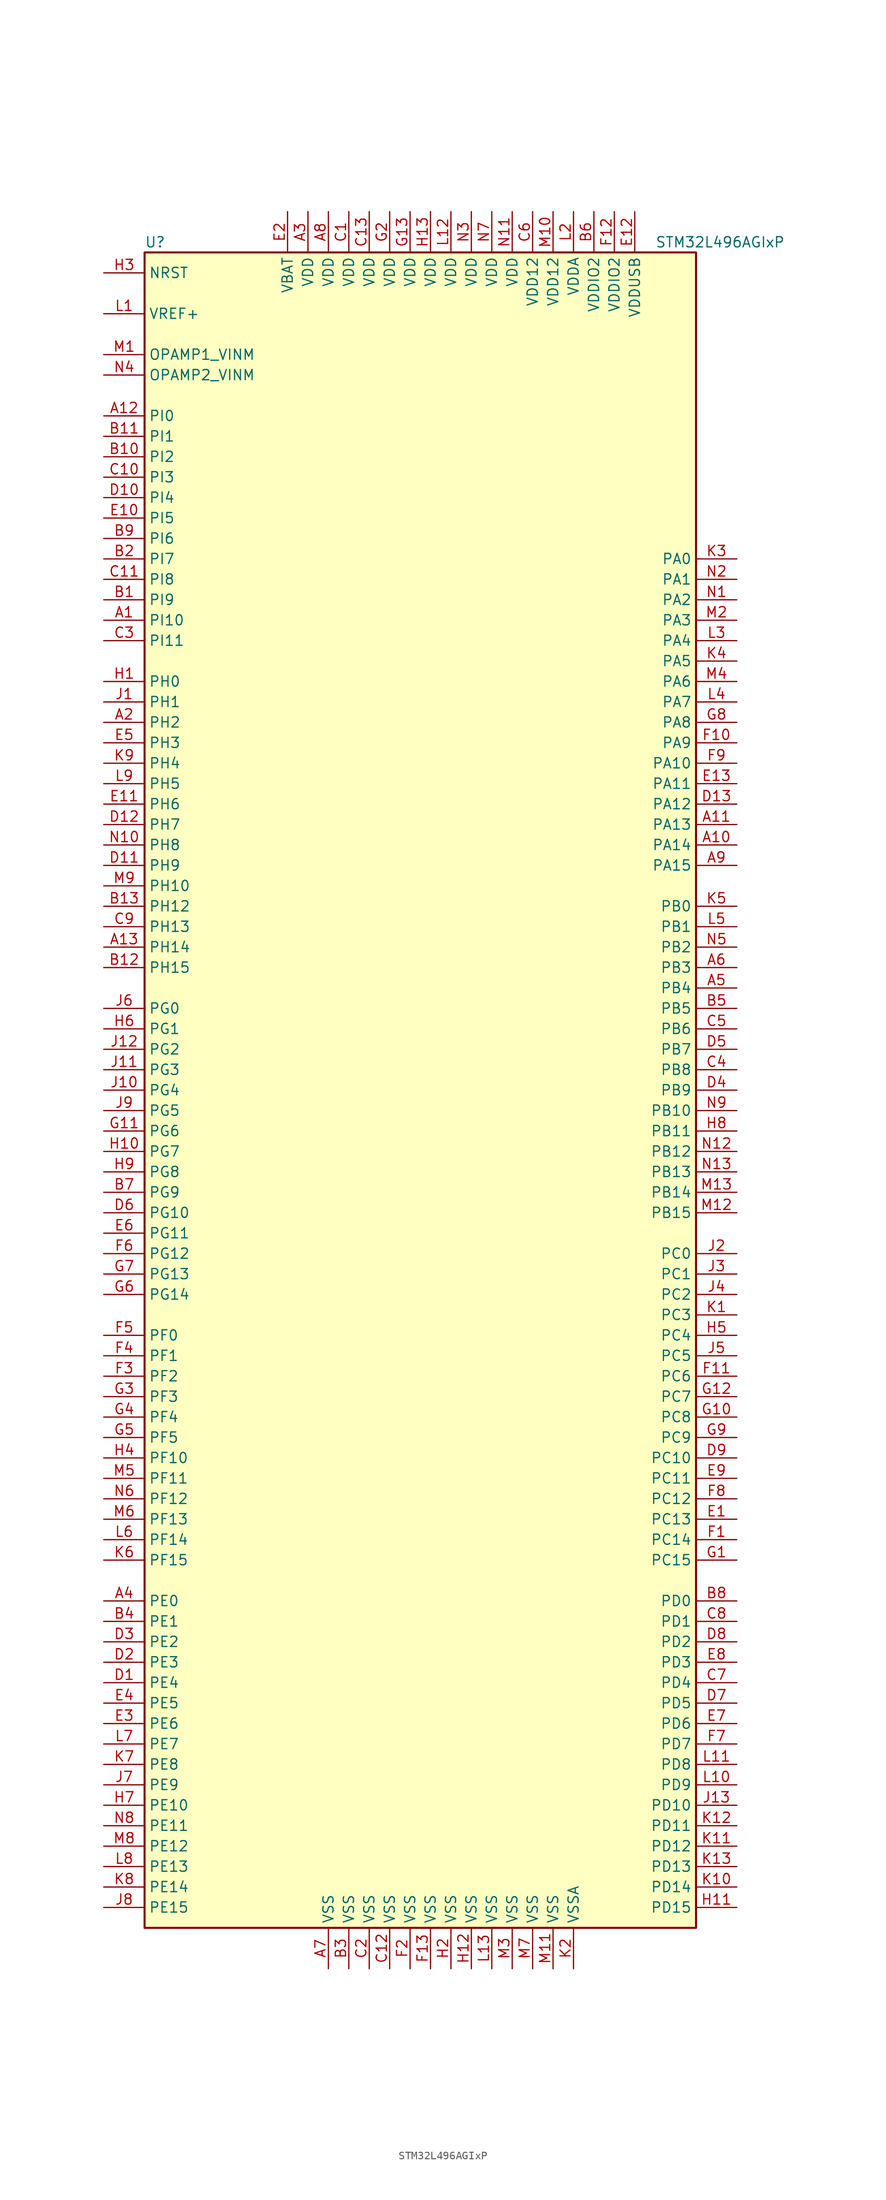
<source format=kicad_sym>
(kicad_symbol_lib
  (version 20220914)
  (generator kicad_symbol_editor)
  (symbol "STM32L496AGIxP"
    (property "Reference" "U"
      (at -35.56 105.41 0)
      (effects (font (size 1.27 1.27)) (justify left)))
    (property "Value" "STM32L496AGIxP"
      (at 27.94 105.41 0)
      (effects (font (size 1.27 1.27)) (justify left)))
    (symbol "STM32L496AGIxP_0_1"
      (rectangle (start -35.56 -104.14) (end 33.02 104.14) (stroke (width 0.254) (type default)) (fill (type background))))
    (symbol "STM32L496AGIxP_1_1"
      (pin bidirectional line (at -40.64 58.42 0) (length 5.08) (name "PI10" (effects (font (size 1.27 1.27)))) (number "A1" (effects (font (size 1.27 1.27)))))
      (pin bidirectional line (at 38.1 30.48 180) (length 5.08) (name "PA14" (effects (font (size 1.27 1.27)))) (number "A10" (effects (font (size 1.27 1.27)))))
      (pin bidirectional line (at 38.1 33.02 180) (length 5.08) (name "PA13" (effects (font (size 1.27 1.27)))) (number "A11" (effects (font (size 1.27 1.27)))))
      (pin bidirectional line (at -40.64 83.82 0) (length 5.08) (name "PI0" (effects (font (size 1.27 1.27)))) (number "A12" (effects (font (size 1.27 1.27)))))
      (pin bidirectional line (at -40.64 17.78 0) (length 5.08) (name "PH14" (effects (font (size 1.27 1.27)))) (number "A13" (effects (font (size 1.27 1.27)))))
      (pin bidirectional line (at -40.64 45.72 0) (length 5.08) (name "PH2" (effects (font (size 1.27 1.27)))) (number "A2" (effects (font (size 1.27 1.27)))))
      (pin power_in line (at -15.24 109.22 270) (length 5.08) (name "VDD" (effects (font (size 1.27 1.27)))) (number "A3" (effects (font (size 1.27 1.27)))))
      (pin bidirectional line (at -40.64 -63.5 0) (length 5.08) (name "PE0" (effects (font (size 1.27 1.27)))) (number "A4" (effects (font (size 1.27 1.27)))))
      (pin bidirectional line (at 38.1 12.7 180) (length 5.08) (name "PB4" (effects (font (size 1.27 1.27)))) (number "A5" (effects (font (size 1.27 1.27)))))
      (pin bidirectional line (at 38.1 15.24 180) (length 5.08) (name "PB3" (effects (font (size 1.27 1.27)))) (number "A6" (effects (font (size 1.27 1.27)))))
      (pin power_in line (at -12.7 -109.22 90) (length 5.08) (name "VSS" (effects (font (size 1.27 1.27)))) (number "A7" (effects (font (size 1.27 1.27)))))
      (pin power_in line (at -12.7 109.22 270) (length 5.08) (name "VDD" (effects (font (size 1.27 1.27)))) (number "A8" (effects (font (size 1.27 1.27)))))
      (pin bidirectional line (at 38.1 27.94 180) (length 5.08) (name "PA15" (effects (font (size 1.27 1.27)))) (number "A9" (effects (font (size 1.27 1.27)))))
      (pin bidirectional line (at -40.64 60.96 0) (length 5.08) (name "PI9" (effects (font (size 1.27 1.27)))) (number "B1" (effects (font (size 1.27 1.27)))))
      (pin bidirectional line (at -40.64 78.74 0) (length 5.08) (name "PI2" (effects (font (size 1.27 1.27)))) (number "B10" (effects (font (size 1.27 1.27)))))
      (pin bidirectional line (at -40.64 81.28 0) (length 5.08) (name "PI1" (effects (font (size 1.27 1.27)))) (number "B11" (effects (font (size 1.27 1.27)))))
      (pin bidirectional line (at -40.64 15.24 0) (length 5.08) (name "PH15" (effects (font (size 1.27 1.27)))) (number "B12" (effects (font (size 1.27 1.27)))))
      (pin bidirectional line (at -40.64 22.86 0) (length 5.08) (name "PH12" (effects (font (size 1.27 1.27)))) (number "B13" (effects (font (size 1.27 1.27)))))
      (pin bidirectional line (at -40.64 66.04 0) (length 5.08) (name "PI7" (effects (font (size 1.27 1.27)))) (number "B2" (effects (font (size 1.27 1.27)))))
      (pin power_in line (at -10.16 -109.22 90) (length 5.08) (name "VSS" (effects (font (size 1.27 1.27)))) (number "B3" (effects (font (size 1.27 1.27)))))
      (pin bidirectional line (at -40.64 -66.04 0) (length 5.08) (name "PE1" (effects (font (size 1.27 1.27)))) (number "B4" (effects (font (size 1.27 1.27)))))
      (pin bidirectional line (at 38.1 10.16 180) (length 5.08) (name "PB5" (effects (font (size 1.27 1.27)))) (number "B5" (effects (font (size 1.27 1.27)))))
      (pin power_in line (at 20.32 109.22 270) (length 5.08) (name "VDDIO2" (effects (font (size 1.27 1.27)))) (number "B6" (effects (font (size 1.27 1.27)))))
      (pin bidirectional line (at -40.64 -12.7 0) (length 5.08) (name "PG9" (effects (font (size 1.27 1.27)))) (number "B7" (effects (font (size 1.27 1.27)))))
      (pin bidirectional line (at 38.1 -63.5 180) (length 5.08) (name "PD0" (effects (font (size 1.27 1.27)))) (number "B8" (effects (font (size 1.27 1.27)))))
      (pin bidirectional line (at -40.64 68.58 0) (length 5.08) (name "PI6" (effects (font (size 1.27 1.27)))) (number "B9" (effects (font (size 1.27 1.27)))))
      (pin power_in line (at -10.16 109.22 270) (length 5.08) (name "VDD" (effects (font (size 1.27 1.27)))) (number "C1" (effects (font (size 1.27 1.27)))))
      (pin bidirectional line (at -40.64 76.2 0) (length 5.08) (name "PI3" (effects (font (size 1.27 1.27)))) (number "C10" (effects (font (size 1.27 1.27)))))
      (pin bidirectional line (at -40.64 63.5 0) (length 5.08) (name "PI8" (effects (font (size 1.27 1.27)))) (number "C11" (effects (font (size 1.27 1.27)))))
      (pin power_in line (at -5.08 -109.22 90) (length 5.08) (name "VSS" (effects (font (size 1.27 1.27)))) (number "C12" (effects (font (size 1.27 1.27)))))
      (pin power_in line (at -7.62 109.22 270) (length 5.08) (name "VDD" (effects (font (size 1.27 1.27)))) (number "C13" (effects (font (size 1.27 1.27)))))
      (pin power_in line (at -7.62 -109.22 90) (length 5.08) (name "VSS" (effects (font (size 1.27 1.27)))) (number "C2" (effects (font (size 1.27 1.27)))))
      (pin bidirectional line (at -40.64 55.88 0) (length 5.08) (name "PI11" (effects (font (size 1.27 1.27)))) (number "C3" (effects (font (size 1.27 1.27)))))
      (pin bidirectional line (at 38.1 2.54 180) (length 5.08) (name "PB8" (effects (font (size 1.27 1.27)))) (number "C4" (effects (font (size 1.27 1.27)))))
      (pin bidirectional line (at 38.1 7.62 180) (length 5.08) (name "PB6" (effects (font (size 1.27 1.27)))) (number "C5" (effects (font (size 1.27 1.27)))))
      (pin power_in line (at 12.7 109.22 270) (length 5.08) (name "VDD12" (effects (font (size 1.27 1.27)))) (number "C6" (effects (font (size 1.27 1.27)))))
      (pin bidirectional line (at 38.1 -73.66 180) (length 5.08) (name "PD4" (effects (font (size 1.27 1.27)))) (number "C7" (effects (font (size 1.27 1.27)))))
      (pin bidirectional line (at 38.1 -66.04 180) (length 5.08) (name "PD1" (effects (font (size 1.27 1.27)))) (number "C8" (effects (font (size 1.27 1.27)))))
      (pin bidirectional line (at -40.64 20.32 0) (length 5.08) (name "PH13" (effects (font (size 1.27 1.27)))) (number "C9" (effects (font (size 1.27 1.27)))))
      (pin bidirectional line (at -40.64 -73.66 0) (length 5.08) (name "PE4" (effects (font (size 1.27 1.27)))) (number "D1" (effects (font (size 1.27 1.27)))))
      (pin bidirectional line (at -40.64 73.66 0) (length 5.08) (name "PI4" (effects (font (size 1.27 1.27)))) (number "D10" (effects (font (size 1.27 1.27)))))
      (pin bidirectional line (at -40.64 27.94 0) (length 5.08) (name "PH9" (effects (font (size 1.27 1.27)))) (number "D11" (effects (font (size 1.27 1.27)))))
      (pin bidirectional line (at -40.64 33.02 0) (length 5.08) (name "PH7" (effects (font (size 1.27 1.27)))) (number "D12" (effects (font (size 1.27 1.27)))))
      (pin bidirectional line (at 38.1 35.56 180) (length 5.08) (name "PA12" (effects (font (size 1.27 1.27)))) (number "D13" (effects (font (size 1.27 1.27)))))
      (pin bidirectional line (at -40.64 -71.12 0) (length 5.08) (name "PE3" (effects (font (size 1.27 1.27)))) (number "D2" (effects (font (size 1.27 1.27)))))
      (pin bidirectional line (at -40.64 -68.58 0) (length 5.08) (name "PE2" (effects (font (size 1.27 1.27)))) (number "D3" (effects (font (size 1.27 1.27)))))
      (pin bidirectional line (at 38.1 0 180) (length 5.08) (name "PB9" (effects (font (size 1.27 1.27)))) (number "D4" (effects (font (size 1.27 1.27)))))
      (pin bidirectional line (at 38.1 5.08 180) (length 5.08) (name "PB7" (effects (font (size 1.27 1.27)))) (number "D5" (effects (font (size 1.27 1.27)))))
      (pin bidirectional line (at -40.64 -15.24 0) (length 5.08) (name "PG10" (effects (font (size 1.27 1.27)))) (number "D6" (effects (font (size 1.27 1.27)))))
      (pin bidirectional line (at 38.1 -76.2 180) (length 5.08) (name "PD5" (effects (font (size 1.27 1.27)))) (number "D7" (effects (font (size 1.27 1.27)))))
      (pin bidirectional line (at 38.1 -68.58 180) (length 5.08) (name "PD2" (effects (font (size 1.27 1.27)))) (number "D8" (effects (font (size 1.27 1.27)))))
      (pin bidirectional line (at 38.1 -45.72 180) (length 5.08) (name "PC10" (effects (font (size 1.27 1.27)))) (number "D9" (effects (font (size 1.27 1.27)))))
      (pin bidirectional line (at 38.1 -53.34 180) (length 5.08) (name "PC13" (effects (font (size 1.27 1.27)))) (number "E1" (effects (font (size 1.27 1.27)))))
      (pin bidirectional line (at -40.64 71.12 0) (length 5.08) (name "PI5" (effects (font (size 1.27 1.27)))) (number "E10" (effects (font (size 1.27 1.27)))))
      (pin bidirectional line (at -40.64 35.56 0) (length 5.08) (name "PH6" (effects (font (size 1.27 1.27)))) (number "E11" (effects (font (size 1.27 1.27)))))
      (pin power_in line (at 25.4 109.22 270) (length 5.08) (name "VDDUSB" (effects (font (size 1.27 1.27)))) (number "E12" (effects (font (size 1.27 1.27)))))
      (pin bidirectional line (at 38.1 38.1 180) (length 5.08) (name "PA11" (effects (font (size 1.27 1.27)))) (number "E13" (effects (font (size 1.27 1.27)))))
      (pin power_in line (at -17.78 109.22 270) (length 5.08) (name "VBAT" (effects (font (size 1.27 1.27)))) (number "E2" (effects (font (size 1.27 1.27)))))
      (pin bidirectional line (at -40.64 -78.74 0) (length 5.08) (name "PE6" (effects (font (size 1.27 1.27)))) (number "E3" (effects (font (size 1.27 1.27)))))
      (pin bidirectional line (at -40.64 -76.2 0) (length 5.08) (name "PE5" (effects (font (size 1.27 1.27)))) (number "E4" (effects (font (size 1.27 1.27)))))
      (pin bidirectional line (at -40.64 43.18 0) (length 5.08) (name "PH3" (effects (font (size 1.27 1.27)))) (number "E5" (effects (font (size 1.27 1.27)))))
      (pin bidirectional line (at -40.64 -17.78 0) (length 5.08) (name "PG11" (effects (font (size 1.27 1.27)))) (number "E6" (effects (font (size 1.27 1.27)))))
      (pin bidirectional line (at 38.1 -78.74 180) (length 5.08) (name "PD6" (effects (font (size 1.27 1.27)))) (number "E7" (effects (font (size 1.27 1.27)))))
      (pin bidirectional line (at 38.1 -71.12 180) (length 5.08) (name "PD3" (effects (font (size 1.27 1.27)))) (number "E8" (effects (font (size 1.27 1.27)))))
      (pin bidirectional line (at 38.1 -48.26 180) (length 5.08) (name "PC11" (effects (font (size 1.27 1.27)))) (number "E9" (effects (font (size 1.27 1.27)))))
      (pin bidirectional line (at 38.1 -55.88 180) (length 5.08) (name "PC14" (effects (font (size 1.27 1.27)))) (number "F1" (effects (font (size 1.27 1.27)))))
      (pin bidirectional line (at 38.1 43.18 180) (length 5.08) (name "PA9" (effects (font (size 1.27 1.27)))) (number "F10" (effects (font (size 1.27 1.27)))))
      (pin bidirectional line (at 38.1 -35.56 180) (length 5.08) (name "PC6" (effects (font (size 1.27 1.27)))) (number "F11" (effects (font (size 1.27 1.27)))))
      (pin power_in line (at 22.86 109.22 270) (length 5.08) (name "VDDIO2" (effects (font (size 1.27 1.27)))) (number "F12" (effects (font (size 1.27 1.27)))))
      (pin power_in line (at 0 -109.22 90) (length 5.08) (name "VSS" (effects (font (size 1.27 1.27)))) (number "F13" (effects (font (size 1.27 1.27)))))
      (pin power_in line (at -2.54 -109.22 90) (length 5.08) (name "VSS" (effects (font (size 1.27 1.27)))) (number "F2" (effects (font (size 1.27 1.27)))))
      (pin bidirectional line (at -40.64 -35.56 0) (length 5.08) (name "PF2" (effects (font (size 1.27 1.27)))) (number "F3" (effects (font (size 1.27 1.27)))))
      (pin bidirectional line (at -40.64 -33.02 0) (length 5.08) (name "PF1" (effects (font (size 1.27 1.27)))) (number "F4" (effects (font (size 1.27 1.27)))))
      (pin bidirectional line (at -40.64 -30.48 0) (length 5.08) (name "PF0" (effects (font (size 1.27 1.27)))) (number "F5" (effects (font (size 1.27 1.27)))))
      (pin bidirectional line (at -40.64 -20.32 0) (length 5.08) (name "PG12" (effects (font (size 1.27 1.27)))) (number "F6" (effects (font (size 1.27 1.27)))))
      (pin bidirectional line (at 38.1 -81.28 180) (length 5.08) (name "PD7" (effects (font (size 1.27 1.27)))) (number "F7" (effects (font (size 1.27 1.27)))))
      (pin bidirectional line (at 38.1 -50.8 180) (length 5.08) (name "PC12" (effects (font (size 1.27 1.27)))) (number "F8" (effects (font (size 1.27 1.27)))))
      (pin bidirectional line (at 38.1 40.64 180) (length 5.08) (name "PA10" (effects (font (size 1.27 1.27)))) (number "F9" (effects (font (size 1.27 1.27)))))
      (pin bidirectional line (at 38.1 -58.42 180) (length 5.08) (name "PC15" (effects (font (size 1.27 1.27)))) (number "G1" (effects (font (size 1.27 1.27)))))
      (pin bidirectional line (at 38.1 -40.64 180) (length 5.08) (name "PC8" (effects (font (size 1.27 1.27)))) (number "G10" (effects (font (size 1.27 1.27)))))
      (pin bidirectional line (at -40.64 -5.08 0) (length 5.08) (name "PG6" (effects (font (size 1.27 1.27)))) (number "G11" (effects (font (size 1.27 1.27)))))
      (pin bidirectional line (at 38.1 -38.1 180) (length 5.08) (name "PC7" (effects (font (size 1.27 1.27)))) (number "G12" (effects (font (size 1.27 1.27)))))
      (pin power_in line (at -2.54 109.22 270) (length 5.08) (name "VDD" (effects (font (size 1.27 1.27)))) (number "G13" (effects (font (size 1.27 1.27)))))
      (pin power_in line (at -5.08 109.22 270) (length 5.08) (name "VDD" (effects (font (size 1.27 1.27)))) (number "G2" (effects (font (size 1.27 1.27)))))
      (pin bidirectional line (at -40.64 -38.1 0) (length 5.08) (name "PF3" (effects (font (size 1.27 1.27)))) (number "G3" (effects (font (size 1.27 1.27)))))
      (pin bidirectional line (at -40.64 -40.64 0) (length 5.08) (name "PF4" (effects (font (size 1.27 1.27)))) (number "G4" (effects (font (size 1.27 1.27)))))
      (pin bidirectional line (at -40.64 -43.18 0) (length 5.08) (name "PF5" (effects (font (size 1.27 1.27)))) (number "G5" (effects (font (size 1.27 1.27)))))
      (pin bidirectional line (at -40.64 -25.4 0) (length 5.08) (name "PG14" (effects (font (size 1.27 1.27)))) (number "G6" (effects (font (size 1.27 1.27)))))
      (pin bidirectional line (at -40.64 -22.86 0) (length 5.08) (name "PG13" (effects (font (size 1.27 1.27)))) (number "G7" (effects (font (size 1.27 1.27)))))
      (pin bidirectional line (at 38.1 45.72 180) (length 5.08) (name "PA8" (effects (font (size 1.27 1.27)))) (number "G8" (effects (font (size 1.27 1.27)))))
      (pin bidirectional line (at 38.1 -43.18 180) (length 5.08) (name "PC9" (effects (font (size 1.27 1.27)))) (number "G9" (effects (font (size 1.27 1.27)))))
      (pin input line (at -40.64 50.8 0) (length 5.08) (name "PH0" (effects (font (size 1.27 1.27)))) (number "H1" (effects (font (size 1.27 1.27)))))
      (pin bidirectional line (at -40.64 -7.62 0) (length 5.08) (name "PG7" (effects (font (size 1.27 1.27)))) (number "H10" (effects (font (size 1.27 1.27)))))
      (pin bidirectional line (at 38.1 -101.6 180) (length 5.08) (name "PD15" (effects (font (size 1.27 1.27)))) (number "H11" (effects (font (size 1.27 1.27)))))
      (pin power_in line (at 5.08 -109.22 90) (length 5.08) (name "VSS" (effects (font (size 1.27 1.27)))) (number "H12" (effects (font (size 1.27 1.27)))))
      (pin power_in line (at 0 109.22 270) (length 5.08) (name "VDD" (effects (font (size 1.27 1.27)))) (number "H13" (effects (font (size 1.27 1.27)))))
      (pin power_in line (at 2.54 -109.22 90) (length 5.08) (name "VSS" (effects (font (size 1.27 1.27)))) (number "H2" (effects (font (size 1.27 1.27)))))
      (pin input line (at -40.64 101.6 0) (length 5.08) (name "NRST" (effects (font (size 1.27 1.27)))) (number "H3" (effects (font (size 1.27 1.27)))))
      (pin bidirectional line (at -40.64 -45.72 0) (length 5.08) (name "PF10" (effects (font (size 1.27 1.27)))) (number "H4" (effects (font (size 1.27 1.27)))))
      (pin bidirectional line (at 38.1 -30.48 180) (length 5.08) (name "PC4" (effects (font (size 1.27 1.27)))) (number "H5" (effects (font (size 1.27 1.27)))))
      (pin bidirectional line (at -40.64 7.62 0) (length 5.08) (name "PG1" (effects (font (size 1.27 1.27)))) (number "H6" (effects (font (size 1.27 1.27)))))
      (pin bidirectional line (at -40.64 -88.9 0) (length 5.08) (name "PE10" (effects (font (size 1.27 1.27)))) (number "H7" (effects (font (size 1.27 1.27)))))
      (pin bidirectional line (at 38.1 -5.08 180) (length 5.08) (name "PB11" (effects (font (size 1.27 1.27)))) (number "H8" (effects (font (size 1.27 1.27)))))
      (pin bidirectional line (at -40.64 -10.16 0) (length 5.08) (name "PG8" (effects (font (size 1.27 1.27)))) (number "H9" (effects (font (size 1.27 1.27)))))
      (pin input line (at -40.64 48.26 0) (length 5.08) (name "PH1" (effects (font (size 1.27 1.27)))) (number "J1" (effects (font (size 1.27 1.27)))))
      (pin bidirectional line (at -40.64 0 0) (length 5.08) (name "PG4" (effects (font (size 1.27 1.27)))) (number "J10" (effects (font (size 1.27 1.27)))))
      (pin bidirectional line (at -40.64 2.54 0) (length 5.08) (name "PG3" (effects (font (size 1.27 1.27)))) (number "J11" (effects (font (size 1.27 1.27)))))
      (pin bidirectional line (at -40.64 5.08 0) (length 5.08) (name "PG2" (effects (font (size 1.27 1.27)))) (number "J12" (effects (font (size 1.27 1.27)))))
      (pin bidirectional line (at 38.1 -88.9 180) (length 5.08) (name "PD10" (effects (font (size 1.27 1.27)))) (number "J13" (effects (font (size 1.27 1.27)))))
      (pin bidirectional line (at 38.1 -20.32 180) (length 5.08) (name "PC0" (effects (font (size 1.27 1.27)))) (number "J2" (effects (font (size 1.27 1.27)))))
      (pin bidirectional line (at 38.1 -22.86 180) (length 5.08) (name "PC1" (effects (font (size 1.27 1.27)))) (number "J3" (effects (font (size 1.27 1.27)))))
      (pin bidirectional line (at 38.1 -25.4 180) (length 5.08) (name "PC2" (effects (font (size 1.27 1.27)))) (number "J4" (effects (font (size 1.27 1.27)))))
      (pin bidirectional line (at 38.1 -33.02 180) (length 5.08) (name "PC5" (effects (font (size 1.27 1.27)))) (number "J5" (effects (font (size 1.27 1.27)))))
      (pin bidirectional line (at -40.64 10.16 0) (length 5.08) (name "PG0" (effects (font (size 1.27 1.27)))) (number "J6" (effects (font (size 1.27 1.27)))))
      (pin bidirectional line (at -40.64 -86.36 0) (length 5.08) (name "PE9" (effects (font (size 1.27 1.27)))) (number "J7" (effects (font (size 1.27 1.27)))))
      (pin bidirectional line (at -40.64 -101.6 0) (length 5.08) (name "PE15" (effects (font (size 1.27 1.27)))) (number "J8" (effects (font (size 1.27 1.27)))))
      (pin bidirectional line (at -40.64 -2.54 0) (length 5.08) (name "PG5" (effects (font (size 1.27 1.27)))) (number "J9" (effects (font (size 1.27 1.27)))))
      (pin bidirectional line (at 38.1 -27.94 180) (length 5.08) (name "PC3" (effects (font (size 1.27 1.27)))) (number "K1" (effects (font (size 1.27 1.27)))))
      (pin bidirectional line (at 38.1 -99.06 180) (length 5.08) (name "PD14" (effects (font (size 1.27 1.27)))) (number "K10" (effects (font (size 1.27 1.27)))))
      (pin bidirectional line (at 38.1 -93.98 180) (length 5.08) (name "PD12" (effects (font (size 1.27 1.27)))) (number "K11" (effects (font (size 1.27 1.27)))))
      (pin bidirectional line (at 38.1 -91.44 180) (length 5.08) (name "PD11" (effects (font (size 1.27 1.27)))) (number "K12" (effects (font (size 1.27 1.27)))))
      (pin bidirectional line (at 38.1 -96.52 180) (length 5.08) (name "PD13" (effects (font (size 1.27 1.27)))) (number "K13" (effects (font (size 1.27 1.27)))))
      (pin power_in line (at 17.78 -109.22 90) (length 5.08) (name "VSSA" (effects (font (size 1.27 1.27)))) (number "K2" (effects (font (size 1.27 1.27)))))
      (pin bidirectional line (at 38.1 66.04 180) (length 5.08) (name "PA0" (effects (font (size 1.27 1.27)))) (number "K3" (effects (font (size 1.27 1.27)))))
      (pin bidirectional line (at 38.1 53.34 180) (length 5.08) (name "PA5" (effects (font (size 1.27 1.27)))) (number "K4" (effects (font (size 1.27 1.27)))))
      (pin bidirectional line (at 38.1 22.86 180) (length 5.08) (name "PB0" (effects (font (size 1.27 1.27)))) (number "K5" (effects (font (size 1.27 1.27)))))
      (pin bidirectional line (at -40.64 -58.42 0) (length 5.08) (name "PF15" (effects (font (size 1.27 1.27)))) (number "K6" (effects (font (size 1.27 1.27)))))
      (pin bidirectional line (at -40.64 -83.82 0) (length 5.08) (name "PE8" (effects (font (size 1.27 1.27)))) (number "K7" (effects (font (size 1.27 1.27)))))
      (pin bidirectional line (at -40.64 -99.06 0) (length 5.08) (name "PE14" (effects (font (size 1.27 1.27)))) (number "K8" (effects (font (size 1.27 1.27)))))
      (pin bidirectional line (at -40.64 40.64 0) (length 5.08) (name "PH4" (effects (font (size 1.27 1.27)))) (number "K9" (effects (font (size 1.27 1.27)))))
      (pin bidirectional line (at -40.64 96.52 0) (length 5.08) (name "VREF+" (effects (font (size 1.27 1.27)))) (number "L1" (effects (font (size 1.27 1.27)))))
      (pin bidirectional line (at 38.1 -86.36 180) (length 5.08) (name "PD9" (effects (font (size 1.27 1.27)))) (number "L10" (effects (font (size 1.27 1.27)))))
      (pin bidirectional line (at 38.1 -83.82 180) (length 5.08) (name "PD8" (effects (font (size 1.27 1.27)))) (number "L11" (effects (font (size 1.27 1.27)))))
      (pin power_in line (at 2.54 109.22 270) (length 5.08) (name "VDD" (effects (font (size 1.27 1.27)))) (number "L12" (effects (font (size 1.27 1.27)))))
      (pin power_in line (at 7.62 -109.22 90) (length 5.08) (name "VSS" (effects (font (size 1.27 1.27)))) (number "L13" (effects (font (size 1.27 1.27)))))
      (pin power_in line (at 17.78 109.22 270) (length 5.08) (name "VDDA" (effects (font (size 1.27 1.27)))) (number "L2" (effects (font (size 1.27 1.27)))))
      (pin bidirectional line (at 38.1 55.88 180) (length 5.08) (name "PA4" (effects (font (size 1.27 1.27)))) (number "L3" (effects (font (size 1.27 1.27)))))
      (pin bidirectional line (at 38.1 48.26 180) (length 5.08) (name "PA7" (effects (font (size 1.27 1.27)))) (number "L4" (effects (font (size 1.27 1.27)))))
      (pin bidirectional line (at 38.1 20.32 180) (length 5.08) (name "PB1" (effects (font (size 1.27 1.27)))) (number "L5" (effects (font (size 1.27 1.27)))))
      (pin bidirectional line (at -40.64 -55.88 0) (length 5.08) (name "PF14" (effects (font (size 1.27 1.27)))) (number "L6" (effects (font (size 1.27 1.27)))))
      (pin bidirectional line (at -40.64 -81.28 0) (length 5.08) (name "PE7" (effects (font (size 1.27 1.27)))) (number "L7" (effects (font (size 1.27 1.27)))))
      (pin bidirectional line (at -40.64 -96.52 0) (length 5.08) (name "PE13" (effects (font (size 1.27 1.27)))) (number "L8" (effects (font (size 1.27 1.27)))))
      (pin bidirectional line (at -40.64 38.1 0) (length 5.08) (name "PH5" (effects (font (size 1.27 1.27)))) (number "L9" (effects (font (size 1.27 1.27)))))
      (pin bidirectional line (at -40.64 91.44 0) (length 5.08) (name "OPAMP1_VINM" (effects (font (size 1.27 1.27)))) (number "M1" (effects (font (size 1.27 1.27)))))
      (pin power_in line (at 15.24 109.22 270) (length 5.08) (name "VDD12" (effects (font (size 1.27 1.27)))) (number "M10" (effects (font (size 1.27 1.27)))))
      (pin power_in line (at 15.24 -109.22 90) (length 5.08) (name "VSS" (effects (font (size 1.27 1.27)))) (number "M11" (effects (font (size 1.27 1.27)))))
      (pin bidirectional line (at 38.1 -15.24 180) (length 5.08) (name "PB15" (effects (font (size 1.27 1.27)))) (number "M12" (effects (font (size 1.27 1.27)))))
      (pin bidirectional line (at 38.1 -12.7 180) (length 5.08) (name "PB14" (effects (font (size 1.27 1.27)))) (number "M13" (effects (font (size 1.27 1.27)))))
      (pin bidirectional line (at 38.1 58.42 180) (length 5.08) (name "PA3" (effects (font (size 1.27 1.27)))) (number "M2" (effects (font (size 1.27 1.27)))))
      (pin power_in line (at 10.16 -109.22 90) (length 5.08) (name "VSS" (effects (font (size 1.27 1.27)))) (number "M3" (effects (font (size 1.27 1.27)))))
      (pin bidirectional line (at 38.1 50.8 180) (length 5.08) (name "PA6" (effects (font (size 1.27 1.27)))) (number "M4" (effects (font (size 1.27 1.27)))))
      (pin bidirectional line (at -40.64 -48.26 0) (length 5.08) (name "PF11" (effects (font (size 1.27 1.27)))) (number "M5" (effects (font (size 1.27 1.27)))))
      (pin bidirectional line (at -40.64 -53.34 0) (length 5.08) (name "PF13" (effects (font (size 1.27 1.27)))) (number "M6" (effects (font (size 1.27 1.27)))))
      (pin power_in line (at 12.7 -109.22 90) (length 5.08) (name "VSS" (effects (font (size 1.27 1.27)))) (number "M7" (effects (font (size 1.27 1.27)))))
      (pin bidirectional line (at -40.64 -93.98 0) (length 5.08) (name "PE12" (effects (font (size 1.27 1.27)))) (number "M8" (effects (font (size 1.27 1.27)))))
      (pin bidirectional line (at -40.64 25.4 0) (length 5.08) (name "PH10" (effects (font (size 1.27 1.27)))) (number "M9" (effects (font (size 1.27 1.27)))))
      (pin bidirectional line (at 38.1 60.96 180) (length 5.08) (name "PA2" (effects (font (size 1.27 1.27)))) (number "N1" (effects (font (size 1.27 1.27)))))
      (pin bidirectional line (at -40.64 30.48 0) (length 5.08) (name "PH8" (effects (font (size 1.27 1.27)))) (number "N10" (effects (font (size 1.27 1.27)))))
      (pin power_in line (at 10.16 109.22 270) (length 5.08) (name "VDD" (effects (font (size 1.27 1.27)))) (number "N11" (effects (font (size 1.27 1.27)))))
      (pin bidirectional line (at 38.1 -7.62 180) (length 5.08) (name "PB12" (effects (font (size 1.27 1.27)))) (number "N12" (effects (font (size 1.27 1.27)))))
      (pin bidirectional line (at 38.1 -10.16 180) (length 5.08) (name "PB13" (effects (font (size 1.27 1.27)))) (number "N13" (effects (font (size 1.27 1.27)))))
      (pin bidirectional line (at 38.1 63.5 180) (length 5.08) (name "PA1" (effects (font (size 1.27 1.27)))) (number "N2" (effects (font (size 1.27 1.27)))))
      (pin power_in line (at 5.08 109.22 270) (length 5.08) (name "VDD" (effects (font (size 1.27 1.27)))) (number "N3" (effects (font (size 1.27 1.27)))))
      (pin bidirectional line (at -40.64 88.9 0) (length 5.08) (name "OPAMP2_VINM" (effects (font (size 1.27 1.27)))) (number "N4" (effects (font (size 1.27 1.27)))))
      (pin bidirectional line (at 38.1 17.78 180) (length 5.08) (name "PB2" (effects (font (size 1.27 1.27)))) (number "N5" (effects (font (size 1.27 1.27)))))
      (pin bidirectional line (at -40.64 -50.8 0) (length 5.08) (name "PF12" (effects (font (size 1.27 1.27)))) (number "N6" (effects (font (size 1.27 1.27)))))
      (pin power_in line (at 7.62 109.22 270) (length 5.08) (name "VDD" (effects (font (size 1.27 1.27)))) (number "N7" (effects (font (size 1.27 1.27)))))
      (pin bidirectional line (at -40.64 -91.44 0) (length 5.08) (name "PE11" (effects (font (size 1.27 1.27)))) (number "N8" (effects (font (size 1.27 1.27)))))
      (pin bidirectional line (at 38.1 -2.54 180) (length 5.08) (name "PB10" (effects (font (size 1.27 1.27)))) (number "N9" (effects (font (size 1.27 1.27))))))))
</source>
